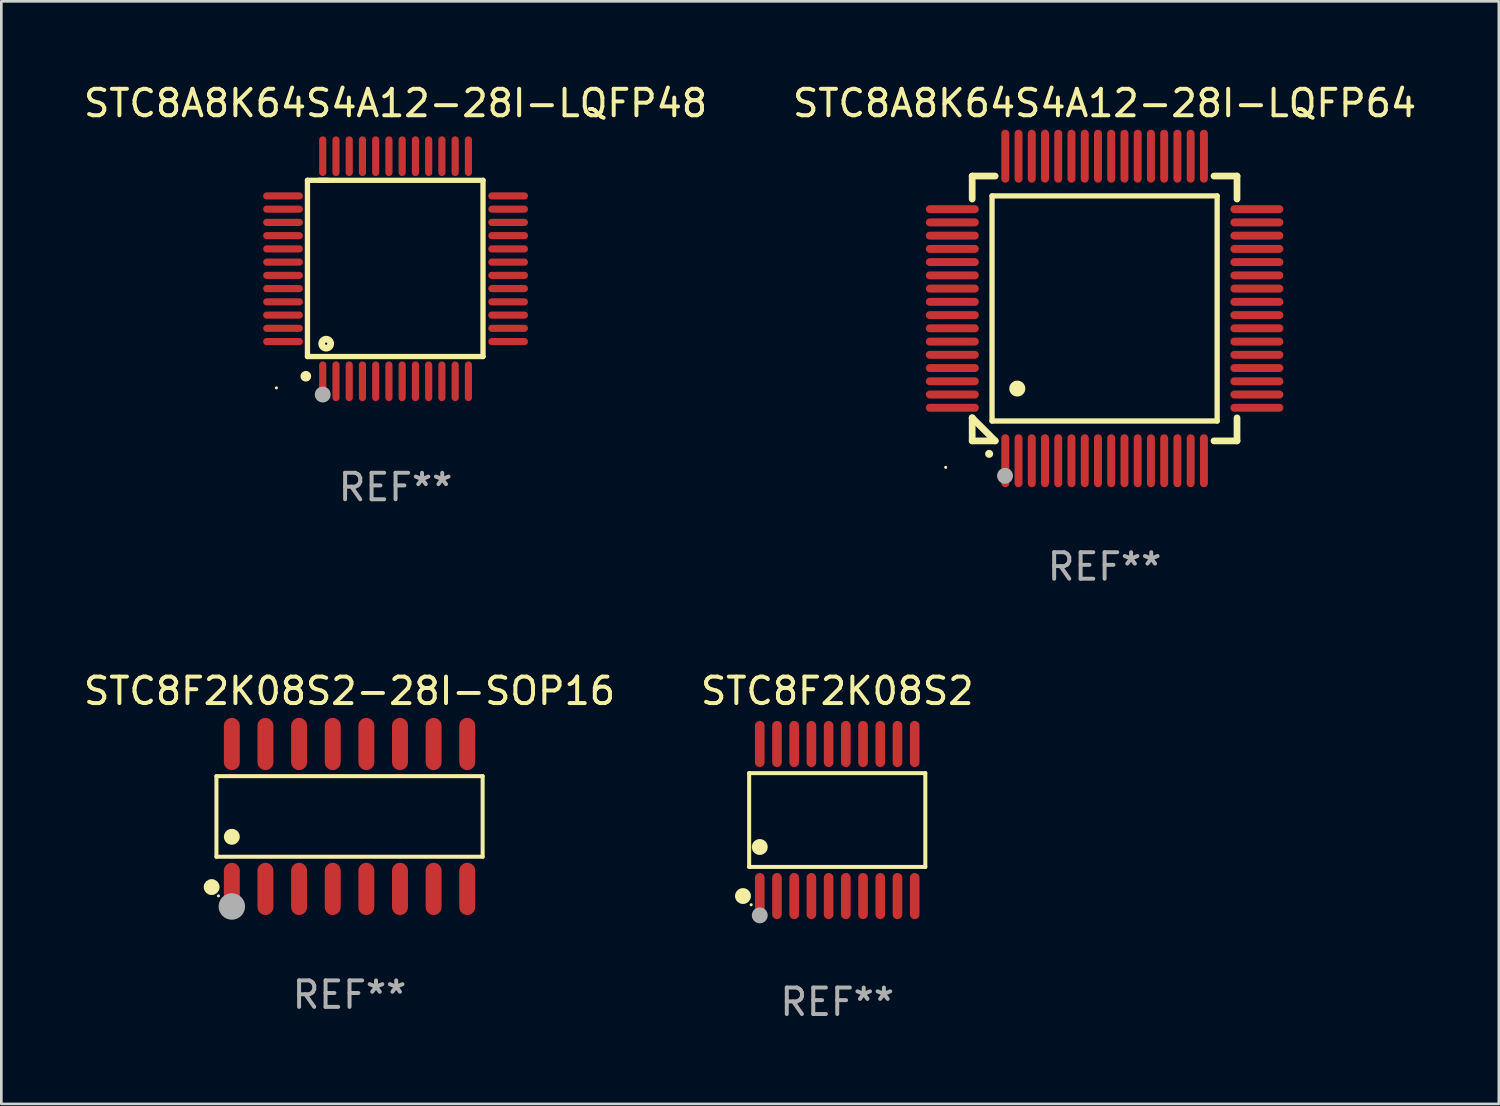
<source format=kicad_pcb>
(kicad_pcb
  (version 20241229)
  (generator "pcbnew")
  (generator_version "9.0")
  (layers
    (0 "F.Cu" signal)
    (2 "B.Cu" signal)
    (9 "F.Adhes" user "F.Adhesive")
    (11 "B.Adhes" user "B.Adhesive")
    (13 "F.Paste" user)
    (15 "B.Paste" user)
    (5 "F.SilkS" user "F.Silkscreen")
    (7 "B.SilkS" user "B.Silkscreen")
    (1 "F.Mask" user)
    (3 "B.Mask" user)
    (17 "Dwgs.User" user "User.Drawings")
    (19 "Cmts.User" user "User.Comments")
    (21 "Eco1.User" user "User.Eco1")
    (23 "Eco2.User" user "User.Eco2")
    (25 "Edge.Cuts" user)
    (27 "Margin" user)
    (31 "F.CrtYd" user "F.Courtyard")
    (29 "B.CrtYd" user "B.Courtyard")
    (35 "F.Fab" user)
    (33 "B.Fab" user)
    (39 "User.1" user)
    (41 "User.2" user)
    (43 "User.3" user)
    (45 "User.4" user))
  (footprint "STC8F2K08S2-28I-SOP16"
    (layer "F.Cu")
    (at 10.149 27.78)
    (property "Reference" "STC8F2K08S2-28I-SOP16" (at 0 -4.736 0) (layer "F.SilkS") (effects (font (size 1 1) (thickness 0.15))))
    (attr through_hole)
    (fp_line (start -5.026 -1.521) (end 5.026 -1.521) (stroke (width 0.152) (type solid)) (layer "F.SilkS"))
    (fp_line (start -5.026 1.521) (end -5.026 -1.521) (stroke (width 0.152) (type solid)) (layer "F.SilkS"))
    (fp_line (start 5.026 -1.521) (end 5.026 1.521) (stroke (width 0.152) (type solid)) (layer "F.SilkS"))
    (fp_line (start 5.026 1.521) (end -5.026 1.521) (stroke (width 0.152) (type solid)) (layer "F.SilkS"))
    (fp_circle (center -5.207 2.667) (end -5.057 2.667) (stroke (width 0.3) (type solid)) (fill no) (layer "F.SilkS"))
    (fp_circle (center -4.95 3) (end -4.92 3) (stroke (width 0.06) (type solid)) (fill no) (layer "F.SilkS"))
    (fp_circle (center -4.445 0.769) (end -4.295 0.769) (stroke (width 0.3) (type solid)) (fill no) (layer "F.SilkS"))
    (fp_circle (center -4.445 3.4) (end -4.195 3.4) (stroke (width 0.5) (type solid)) (fill no) (layer "F.Fab"))
    (fp_text user "REF**" (at 0 6.736 0) (layer "F.Fab") (effects (font (size 1 1) (thickness 0.15))))
    (pad "1" smd oval (at -4.445 2.736) (size 0.602 1.971) (layers "F.Cu" "F.Mask" "F.Paste"))
    (pad "2" smd oval (at -3.175 2.736) (size 0.602 1.971) (layers "F.Cu" "F.Mask" "F.Paste"))
    (pad "3" smd oval (at -1.905 2.736) (size 0.602 1.971) (layers "F.Cu" "F.Mask" "F.Paste"))
    (pad "4" smd oval (at -0.635 2.736) (size 0.602 1.971) (layers "F.Cu" "F.Mask" "F.Paste"))
    (pad "5" smd oval (at 0.635 2.736) (size 0.602 1.971) (layers "F.Cu" "F.Mask" "F.Paste"))
    (pad "6" smd oval (at 1.905 2.736) (size 0.602 1.971) (layers "F.Cu" "F.Mask" "F.Paste"))
    (pad "7" smd oval (at 3.175 2.736) (size 0.602 1.971) (layers "F.Cu" "F.Mask" "F.Paste"))
    (pad "8" smd oval (at 4.445 2.736) (size 0.602 1.971) (layers "F.Cu" "F.Mask" "F.Paste"))
    (pad "9" smd oval (at 4.445 -2.736) (size 0.602 1.971) (layers "F.Cu" "F.Mask" "F.Paste"))
    (pad "10" smd oval (at 3.175 -2.736) (size 0.602 1.971) (layers "F.Cu" "F.Mask" "F.Paste"))
    (pad "11" smd oval (at 1.905 -2.736) (size 0.602 1.971) (layers "F.Cu" "F.Mask" "F.Paste"))
    (pad "12" smd oval (at 0.635 -2.736) (size 0.602 1.971) (layers "F.Cu" "F.Mask" "F.Paste"))
    (pad "13" smd oval (at -0.635 -2.736) (size 0.602 1.971) (layers "F.Cu" "F.Mask" "F.Paste"))
    (pad "14" smd oval (at -1.905 -2.736) (size 0.602 1.971) (layers "F.Cu" "F.Mask" "F.Paste"))
    (pad "15" smd oval (at -3.175 -2.736) (size 0.602 1.971) (layers "F.Cu" "F.Mask" "F.Paste"))
    (pad "16" smd oval (at -4.445 -2.736) (size 0.602 1.971) (layers "F.Cu" "F.Mask" "F.Paste")))
  (footprint "STC8A8K64S4A12-28I-LQFP48"
    (layer "F.Cu")
    (at 11.887 7.098)
    (property "Reference" "STC8A8K64S4A12-28I-LQFP48" (at 0 -6.25 0) (layer "F.SilkS") (effects (font (size 1 1) (thickness 0.15))))
    (attr through_hole)
    (fp_line (start -3.327 -3.34) (end -2.565 -3.34) (stroke (width 0.2) (type solid)) (layer "F.SilkS"))
    (fp_line (start -3.327 3.315) (end -3.327 -3.34) (stroke (width 0.2) (type solid)) (layer "F.SilkS"))
    (fp_line (start -2.896 -3.34) (end 3.302 -3.34) (stroke (width 0.2) (type solid)) (layer "F.SilkS"))
    (fp_line (start 3.302 -3.34) (end 3.302 3.315) (stroke (width 0.2) (type solid)) (layer "F.SilkS"))
    (fp_line (start 3.302 3.315) (end -3.327 3.315) (stroke (width 0.2) (type solid)) (layer "F.SilkS"))
    (fp_arc (start -3.389992 4.059995) (mid -3.388722 4.059991) (end -3.387452 4.059995) (stroke (width 0.4) (type solid)) (layer "F.SilkS"))
    (fp_circle (center -4.5 4.5) (end -4.47 4.5) (stroke (width 0.06) (type solid)) (fill no) (layer "F.SilkS"))
    (fp_circle (center -2.62 2.83) (end -2.45 2.83) (stroke (width 0.254) (type solid)) (fill no) (layer "F.SilkS"))
    (fp_circle (center -2.75 4.75) (end -2.6 4.75) (stroke (width 0.3) (type solid)) (fill no) (layer "F.Fab"))
    (fp_text user "REF**" (at 0 8.25 0) (layer "F.Fab") (effects (font (size 1 1) (thickness 0.15))))
    (pad "1" smd oval (at -2.75 4.25) (size 0.27 1.5) (layers "F.Cu" "F.Mask" "F.Paste"))
    (pad "2" smd oval (at -2.25 4.25) (size 0.27 1.5) (layers "F.Cu" "F.Mask" "F.Paste"))
    (pad "3" smd oval (at -1.75 4.25) (size 0.27 1.5) (layers "F.Cu" "F.Mask" "F.Paste"))
    (pad "4" smd oval (at -1.25 4.25) (size 0.27 1.5) (layers "F.Cu" "F.Mask" "F.Paste"))
    (pad "5" smd oval (at -0.75 4.25) (size 0.27 1.5) (layers "F.Cu" "F.Mask" "F.Paste"))
    (pad "6" smd oval (at -0.25 4.25) (size 0.27 1.5) (layers "F.Cu" "F.Mask" "F.Paste"))
    (pad "7" smd oval (at 0.25 4.25) (size 0.27 1.5) (layers "F.Cu" "F.Mask" "F.Paste"))
    (pad "8" smd oval (at 0.75 4.25) (size 0.27 1.5) (layers "F.Cu" "F.Mask" "F.Paste"))
    (pad "9" smd oval (at 1.25 4.25) (size 0.27 1.5) (layers "F.Cu" "F.Mask" "F.Paste"))
    (pad "10" smd oval (at 1.75 4.25) (size 0.27 1.5) (layers "F.Cu" "F.Mask" "F.Paste"))
    (pad "11" smd oval (at 2.25 4.25) (size 0.27 1.5) (layers "F.Cu" "F.Mask" "F.Paste"))
    (pad "12" smd oval (at 2.75 4.25) (size 0.27 1.5) (layers "F.Cu" "F.Mask" "F.Paste"))
    (pad "13" smd oval (at 4.25 2.75) (size 1.5 0.27) (layers "F.Cu" "F.Mask" "F.Paste"))
    (pad "14" smd oval (at 4.25 2.25) (size 1.5 0.27) (layers "F.Cu" "F.Mask" "F.Paste"))
    (pad "15" smd oval (at 4.25 1.75) (size 1.5 0.27) (layers "F.Cu" "F.Mask" "F.Paste"))
    (pad "16" smd oval (at 4.25 1.25) (size 1.5 0.27) (layers "F.Cu" "F.Mask" "F.Paste"))
    (pad "17" smd oval (at 4.25 0.75) (size 1.5 0.27) (layers "F.Cu" "F.Mask" "F.Paste"))
    (pad "18" smd oval (at 4.25 0.25) (size 1.5 0.27) (layers "F.Cu" "F.Mask" "F.Paste"))
    (pad "19" smd oval (at 4.25 -0.25) (size 1.5 0.27) (layers "F.Cu" "F.Mask" "F.Paste"))
    (pad "20" smd oval (at 4.25 -0.75) (size 1.5 0.27) (layers "F.Cu" "F.Mask" "F.Paste"))
    (pad "21" smd oval (at 4.25 -1.25) (size 1.5 0.27) (layers "F.Cu" "F.Mask" "F.Paste"))
    (pad "22" smd oval (at 4.25 -1.75) (size 1.5 0.27) (layers "F.Cu" "F.Mask" "F.Paste"))
    (pad "23" smd oval (at 4.25 -2.25) (size 1.5 0.27) (layers "F.Cu" "F.Mask" "F.Paste"))
    (pad "24" smd oval (at 4.25 -2.75) (size 1.5 0.27) (layers "F.Cu" "F.Mask" "F.Paste"))
    (pad "25" smd oval (at 2.75 -4.25) (size 0.27 1.5) (layers "F.Cu" "F.Mask" "F.Paste"))
    (pad "26" smd oval (at 2.25 -4.25) (size 0.27 1.5) (layers "F.Cu" "F.Mask" "F.Paste"))
    (pad "27" smd oval (at 1.75 -4.25) (size 0.27 1.5) (layers "F.Cu" "F.Mask" "F.Paste"))
    (pad "28" smd oval (at 1.25 -4.25) (size 0.27 1.5) (layers "F.Cu" "F.Mask" "F.Paste"))
    (pad "29" smd oval (at 0.75 -4.25) (size 0.27 1.5) (layers "F.Cu" "F.Mask" "F.Paste"))
    (pad "30" smd oval (at 0.25 -4.25) (size 0.27 1.5) (layers "F.Cu" "F.Mask" "F.Paste"))
    (pad "31" smd oval (at -0.25 -4.25) (size 0.27 1.5) (layers "F.Cu" "F.Mask" "F.Paste"))
    (pad "32" smd oval (at -0.75 -4.25) (size 0.27 1.5) (layers "F.Cu" "F.Mask" "F.Paste"))
    (pad "33" smd oval (at -1.25 -4.25) (size 0.27 1.5) (layers "F.Cu" "F.Mask" "F.Paste"))
    (pad "34" smd oval (at -1.75 -4.25) (size 0.27 1.5) (layers "F.Cu" "F.Mask" "F.Paste"))
    (pad "35" smd oval (at -2.25 -4.25) (size 0.27 1.5) (layers "F.Cu" "F.Mask" "F.Paste"))
    (pad "36" smd oval (at -2.75 -4.25) (size 0.27 1.5) (layers "F.Cu" "F.Mask" "F.Paste"))
    (pad "37" smd oval (at -4.25 -2.75) (size 1.5 0.27) (layers "F.Cu" "F.Mask" "F.Paste"))
    (pad "38" smd oval (at -4.25 -2.25) (size 1.5 0.27) (layers "F.Cu" "F.Mask" "F.Paste"))
    (pad "39" smd oval (at -4.25 -1.75) (size 1.5 0.27) (layers "F.Cu" "F.Mask" "F.Paste"))
    (pad "40" smd oval (at -4.25 -1.25) (size 1.5 0.27) (layers "F.Cu" "F.Mask" "F.Paste"))
    (pad "41" smd oval (at -4.25 -0.75) (size 1.5 0.27) (layers "F.Cu" "F.Mask" "F.Paste"))
    (pad "42" smd oval (at -4.25 -0.25) (size 1.5 0.27) (layers "F.Cu" "F.Mask" "F.Paste"))
    (pad "43" smd oval (at -4.25 0.25) (size 1.5 0.27) (layers "F.Cu" "F.Mask" "F.Paste"))
    (pad "44" smd oval (at -4.25 0.75) (size 1.5 0.27) (layers "F.Cu" "F.Mask" "F.Paste"))
    (pad "45" smd oval (at -4.25 1.25) (size 1.5 0.27) (layers "F.Cu" "F.Mask" "F.Paste"))
    (pad "46" smd oval (at -4.25 1.75) (size 1.5 0.27) (layers "F.Cu" "F.Mask" "F.Paste"))
    (pad "47" smd oval (at -4.25 2.25) (size 1.5 0.27) (layers "F.Cu" "F.Mask" "F.Paste"))
    (pad "48" smd oval (at -4.25 2.75) (size 1.5 0.27) (layers "F.Cu" "F.Mask" "F.Paste")))
  (footprint "STC8A8K64S4A12-28I-LQFP64"
    (layer "F.Cu")
    (at 38.661 8.598)
    (property "Reference" "STC8A8K64S4A12-28I-LQFP64" (at 0 -7.75 0) (layer "F.SilkS") (effects (font (size 1 1) (thickness 0.15))))
    (attr through_hole)
    (fp_line (start -5 -5) (end -4.131 -5) (stroke (width 0.254) (type solid)) (layer "F.SilkS"))
    (fp_line (start -5 -4.131) (end -5 -5) (stroke (width 0.254) (type solid)) (layer "F.SilkS"))
    (fp_line (start -5 4.131) (end -5 4.131) (stroke (width 0.254) (type solid)) (layer "F.SilkS"))
    (fp_line (start -5 5) (end -5 4.131) (stroke (width 0.254) (type solid)) (layer "F.SilkS"))
    (fp_line (start -5 4.131) (end -4.131 5) (stroke (width 0.254) (type solid)) (layer "F.SilkS"))
    (fp_line (start -4.25 -4.25) (end -4.25 4.25) (stroke (width 0.2) (type solid)) (layer "F.SilkS"))
    (fp_line (start -4.25 4.25) (end 4.25 4.25) (stroke (width 0.2) (type solid)) (layer "F.SilkS"))
    (fp_line (start -4.131 5) (end -5 5) (stroke (width 0.254) (type solid)) (layer "F.SilkS"))
    (fp_line (start 4.25 -4.25) (end -4.25 -4.25) (stroke (width 0.2) (type solid)) (layer "F.SilkS"))
    (fp_line (start 4.25 4.25) (end 4.25 -4.25) (stroke (width 0.2) (type solid)) (layer "F.SilkS"))
    (fp_line (start 5 -5) (end 4.131 -5) (stroke (width 0.254) (type solid)) (layer "F.SilkS"))
    (fp_line (start 5 -5) (end 5 -4.131) (stroke (width 0.254) (type solid)) (layer "F.SilkS"))
    (fp_line (start 5 4.131) (end 5 5) (stroke (width 0.254) (type solid)) (layer "F.SilkS"))
    (fp_line (start 5 5) (end 4.131 5) (stroke (width 0.254) (type solid)) (layer "F.SilkS"))
    (fp_arc (start -4.361265 5.489992) (mid -4.359995 5.489987) (end -4.358725 5.489992) (stroke (width 0.3) (type solid)) (layer "F.SilkS"))
    (fp_arc (start -3.299467 3.025146) (mid -3.296927 3.025135) (end -3.294387 3.025146) (stroke (width 0.6) (type solid)) (layer "F.SilkS"))
    (fp_circle (center -6 6) (end -5.97 6) (stroke (width 0.06) (type solid)) (fill no) (layer "F.SilkS"))
    (fp_circle (center -3.76 6.32) (end -3.61 6.32) (stroke (width 0.3) (type solid)) (fill no) (layer "F.Fab"))
    (fp_text user "REF**" (at 0 9.75 0) (layer "F.Fab") (effects (font (size 1 1) (thickness 0.15))))
    (pad "1" smd oval (at -3.75 5.75) (size 0.3 2) (layers "F.Cu" "F.Mask" "F.Paste"))
    (pad "2" smd oval (at -3.25 5.75) (size 0.3 2) (layers "F.Cu" "F.Mask" "F.Paste"))
    (pad "3" smd oval (at -2.75 5.75) (size 0.3 2) (layers "F.Cu" "F.Mask" "F.Paste"))
    (pad "4" smd oval (at -2.25 5.75) (size 0.3 2) (layers "F.Cu" "F.Mask" "F.Paste"))
    (pad "5" smd oval (at -1.75 5.75) (size 0.3 2) (layers "F.Cu" "F.Mask" "F.Paste"))
    (pad "6" smd oval (at -1.25 5.75) (size 0.3 2) (layers "F.Cu" "F.Mask" "F.Paste"))
    (pad "7" smd oval (at -0.75 5.75) (size 0.3 2) (layers "F.Cu" "F.Mask" "F.Paste"))
    (pad "8" smd oval (at -0.25 5.75) (size 0.3 2) (layers "F.Cu" "F.Mask" "F.Paste"))
    (pad "9" smd oval (at 0.25 5.75) (size 0.3 2) (layers "F.Cu" "F.Mask" "F.Paste"))
    (pad "10" smd oval (at 0.75 5.75) (size 0.3 2) (layers "F.Cu" "F.Mask" "F.Paste"))
    (pad "11" smd oval (at 1.25 5.75) (size 0.3 2) (layers "F.Cu" "F.Mask" "F.Paste"))
    (pad "12" smd oval (at 1.75 5.75) (size 0.3 2) (layers "F.Cu" "F.Mask" "F.Paste"))
    (pad "13" smd oval (at 2.25 5.75) (size 0.3 2) (layers "F.Cu" "F.Mask" "F.Paste"))
    (pad "14" smd oval (at 2.75 5.75) (size 0.3 2) (layers "F.Cu" "F.Mask" "F.Paste"))
    (pad "15" smd oval (at 3.25 5.75) (size 0.3 2) (layers "F.Cu" "F.Mask" "F.Paste"))
    (pad "16" smd oval (at 3.75 5.75) (size 0.3 2) (layers "F.Cu" "F.Mask" "F.Paste"))
    (pad "17" smd oval (at 5.75 3.75) (size 2 0.3) (layers "F.Cu" "F.Mask" "F.Paste"))
    (pad "18" smd oval (at 5.75 3.25) (size 2 0.3) (layers "F.Cu" "F.Mask" "F.Paste"))
    (pad "19" smd oval (at 5.75 2.75) (size 2 0.3) (layers "F.Cu" "F.Mask" "F.Paste"))
    (pad "20" smd oval (at 5.75 2.25) (size 2 0.3) (layers "F.Cu" "F.Mask" "F.Paste"))
    (pad "21" smd oval (at 5.75 1.75) (size 2 0.3) (layers "F.Cu" "F.Mask" "F.Paste"))
    (pad "22" smd oval (at 5.75 1.25) (size 2 0.3) (layers "F.Cu" "F.Mask" "F.Paste"))
    (pad "23" smd oval (at 5.75 0.75) (size 2 0.3) (layers "F.Cu" "F.Mask" "F.Paste"))
    (pad "24" smd oval (at 5.75 0.25) (size 2 0.3) (layers "F.Cu" "F.Mask" "F.Paste"))
    (pad "25" smd oval (at 5.75 -0.25) (size 2 0.3) (layers "F.Cu" "F.Mask" "F.Paste"))
    (pad "26" smd oval (at 5.75 -0.75) (size 2 0.3) (layers "F.Cu" "F.Mask" "F.Paste"))
    (pad "27" smd oval (at 5.75 -1.25) (size 2 0.3) (layers "F.Cu" "F.Mask" "F.Paste"))
    (pad "28" smd oval (at 5.75 -1.75) (size 2 0.3) (layers "F.Cu" "F.Mask" "F.Paste"))
    (pad "29" smd oval (at 5.75 -2.25) (size 2 0.3) (layers "F.Cu" "F.Mask" "F.Paste"))
    (pad "30" smd oval (at 5.75 -2.75) (size 2 0.3) (layers "F.Cu" "F.Mask" "F.Paste"))
    (pad "31" smd oval (at 5.75 -3.25) (size 2 0.3) (layers "F.Cu" "F.Mask" "F.Paste"))
    (pad "32" smd oval (at 5.75 -3.75) (size 2 0.3) (layers "F.Cu" "F.Mask" "F.Paste"))
    (pad "33" smd oval (at 3.75 -5.75) (size 0.3 2) (layers "F.Cu" "F.Mask" "F.Paste"))
    (pad "34" smd oval (at 3.25 -5.75) (size 0.3 2) (layers "F.Cu" "F.Mask" "F.Paste"))
    (pad "35" smd oval (at 2.75 -5.75) (size 0.3 2) (layers "F.Cu" "F.Mask" "F.Paste"))
    (pad "36" smd oval (at 2.25 -5.75) (size 0.3 2) (layers "F.Cu" "F.Mask" "F.Paste"))
    (pad "37" smd oval (at 1.75 -5.75) (size 0.3 2) (layers "F.Cu" "F.Mask" "F.Paste"))
    (pad "38" smd oval (at 1.25 -5.75) (size 0.3 2) (layers "F.Cu" "F.Mask" "F.Paste"))
    (pad "39" smd oval (at 0.75 -5.75) (size 0.3 2) (layers "F.Cu" "F.Mask" "F.Paste"))
    (pad "40" smd oval (at 0.25 -5.75) (size 0.3 2) (layers "F.Cu" "F.Mask" "F.Paste"))
    (pad "41" smd oval (at -0.25 -5.75) (size 0.3 2) (layers "F.Cu" "F.Mask" "F.Paste"))
    (pad "42" smd oval (at -0.75 -5.75) (size 0.3 2) (layers "F.Cu" "F.Mask" "F.Paste"))
    (pad "43" smd oval (at -1.25 -5.75) (size 0.3 2) (layers "F.Cu" "F.Mask" "F.Paste"))
    (pad "44" smd oval (at -1.75 -5.75) (size 0.3 2) (layers "F.Cu" "F.Mask" "F.Paste"))
    (pad "45" smd oval (at -2.25 -5.75) (size 0.3 2) (layers "F.Cu" "F.Mask" "F.Paste"))
    (pad "46" smd oval (at -2.75 -5.75) (size 0.3 2) (layers "F.Cu" "F.Mask" "F.Paste"))
    (pad "47" smd oval (at -3.25 -5.75) (size 0.3 2) (layers "F.Cu" "F.Mask" "F.Paste"))
    (pad "48" smd oval (at -3.75 -5.75) (size 0.3 2) (layers "F.Cu" "F.Mask" "F.Paste"))
    (pad "49" smd oval (at -5.75 -3.75) (size 2 0.3) (layers "F.Cu" "F.Mask" "F.Paste"))
    (pad "50" smd oval (at -5.75 -3.25) (size 2 0.3) (layers "F.Cu" "F.Mask" "F.Paste"))
    (pad "51" smd oval (at -5.75 -2.75) (size 2 0.3) (layers "F.Cu" "F.Mask" "F.Paste"))
    (pad "52" smd oval (at -5.75 -2.25) (size 2 0.3) (layers "F.Cu" "F.Mask" "F.Paste"))
    (pad "53" smd oval (at -5.75 -1.75) (size 2 0.3) (layers "F.Cu" "F.Mask" "F.Paste"))
    (pad "54" smd oval (at -5.75 -1.25) (size 2 0.3) (layers "F.Cu" "F.Mask" "F.Paste"))
    (pad "55" smd oval (at -5.75 -0.75) (size 2 0.3) (layers "F.Cu" "F.Mask" "F.Paste"))
    (pad "56" smd oval (at -5.75 -0.25) (size 2 0.3) (layers "F.Cu" "F.Mask" "F.Paste"))
    (pad "57" smd oval (at -5.75 0.25) (size 2 0.3) (layers "F.Cu" "F.Mask" "F.Paste"))
    (pad "58" smd oval (at -5.75 0.75) (size 2 0.3) (layers "F.Cu" "F.Mask" "F.Paste"))
    (pad "59" smd oval (at -5.75 1.25) (size 2 0.3) (layers "F.Cu" "F.Mask" "F.Paste"))
    (pad "60" smd oval (at -5.75 1.75) (size 2 0.3) (layers "F.Cu" "F.Mask" "F.Paste"))
    (pad "61" smd oval (at -5.75 2.25) (size 2 0.3) (layers "F.Cu" "F.Mask" "F.Paste"))
    (pad "62" smd oval (at -5.75 2.75) (size 2 0.3) (layers "F.Cu" "F.Mask" "F.Paste"))
    (pad "63" smd oval (at -5.75 3.25) (size 2 0.3) (layers "F.Cu" "F.Mask" "F.Paste"))
    (pad "64" smd oval (at -5.75 3.75) (size 2 0.3) (layers "F.Cu" "F.Mask" "F.Paste")))
  (footprint "STC8F2K08S2"
    (layer "F.Cu")
    (at 28.565 27.915)
    (property "Reference" "STC8F2K08S2" (at 0 -4.871 0) (layer "F.SilkS") (effects (font (size 1 1) (thickness 0.15))))
    (attr through_hole)
    (fp_line (start -3.326 -1.771) (end 3.326 -1.771) (stroke (width 0.152) (type solid)) (layer "F.SilkS"))
    (fp_line (start -3.326 1.771) (end -3.326 -1.771) (stroke (width 0.152) (type solid)) (layer "F.SilkS"))
    (fp_line (start 3.326 -1.771) (end 3.326 1.771) (stroke (width 0.152) (type solid)) (layer "F.SilkS"))
    (fp_line (start 3.326 1.771) (end -3.326 1.771) (stroke (width 0.152) (type solid)) (layer "F.SilkS"))
    (fp_circle (center -3.559 2.871) (end -3.409 2.871) (stroke (width 0.3) (type solid)) (fill no) (layer "F.SilkS"))
    (fp_circle (center -3.25 3.2) (end -3.22 3.2) (stroke (width 0.06) (type solid)) (fill no) (layer "F.SilkS"))
    (fp_circle (center -2.925 1.019) (end -2.775 1.019) (stroke (width 0.3) (type solid)) (fill no) (layer "F.SilkS"))
    (fp_circle (center -2.925 3.6) (end -2.775 3.6) (stroke (width 0.3) (type solid)) (fill no) (layer "F.Fab"))
    (fp_text user "REF**" (at 0 6.871 0) (layer "F.Fab") (effects (font (size 1 1) (thickness 0.15))))
    (pad "1" smd oval (at -2.925 2.871) (size 0.364 1.742) (layers "F.Cu" "F.Mask" "F.Paste"))
    (pad "2" smd oval (at -2.275 2.871) (size 0.364 1.742) (layers "F.Cu" "F.Mask" "F.Paste"))
    (pad "3" smd oval (at -1.625 2.871) (size 0.364 1.742) (layers "F.Cu" "F.Mask" "F.Paste"))
    (pad "4" smd oval (at -0.975 2.871) (size 0.364 1.742) (layers "F.Cu" "F.Mask" "F.Paste"))
    (pad "5" smd oval (at -0.325 2.871) (size 0.364 1.742) (layers "F.Cu" "F.Mask" "F.Paste"))
    (pad "6" smd oval (at 0.325 2.871) (size 0.364 1.742) (layers "F.Cu" "F.Mask" "F.Paste"))
    (pad "7" smd oval (at 0.975 2.871) (size 0.364 1.742) (layers "F.Cu" "F.Mask" "F.Paste"))
    (pad "8" smd oval (at 1.625 2.871) (size 0.364 1.742) (layers "F.Cu" "F.Mask" "F.Paste"))
    (pad "9" smd oval (at 2.275 2.871) (size 0.364 1.742) (layers "F.Cu" "F.Mask" "F.Paste"))
    (pad "10" smd oval (at 2.925 2.871) (size 0.364 1.742) (layers "F.Cu" "F.Mask" "F.Paste"))
    (pad "11" smd oval (at 2.925 -2.871) (size 0.364 1.742) (layers "F.Cu" "F.Mask" "F.Paste"))
    (pad "12" smd oval (at 2.275 -2.871) (size 0.364 1.742) (layers "F.Cu" "F.Mask" "F.Paste"))
    (pad "13" smd oval (at 1.625 -2.871) (size 0.364 1.742) (layers "F.Cu" "F.Mask" "F.Paste"))
    (pad "14" smd oval (at 0.975 -2.871) (size 0.364 1.742) (layers "F.Cu" "F.Mask" "F.Paste"))
    (pad "15" smd oval (at 0.325 -2.871) (size 0.364 1.742) (layers "F.Cu" "F.Mask" "F.Paste"))
    (pad "16" smd oval (at -0.325 -2.871) (size 0.364 1.742) (layers "F.Cu" "F.Mask" "F.Paste"))
    (pad "17" smd oval (at -0.975 -2.871) (size 0.364 1.742) (layers "F.Cu" "F.Mask" "F.Paste"))
    (pad "18" smd oval (at -1.625 -2.871) (size 0.364 1.742) (layers "F.Cu" "F.Mask" "F.Paste"))
    (pad "19" smd oval (at -2.275 -2.871) (size 0.364 1.742) (layers "F.Cu" "F.Mask" "F.Paste"))
    (pad "20" smd oval (at -2.925 -2.871) (size 0.364 1.742) (layers "F.Cu" "F.Mask" "F.Paste")))
  (gr_rect
    (start -3 -3)
    (end 53.548 38.635)
    (stroke (width 0.1) (type default))
    (fill no)
    (layer "Edge.Cuts")))
</source>
